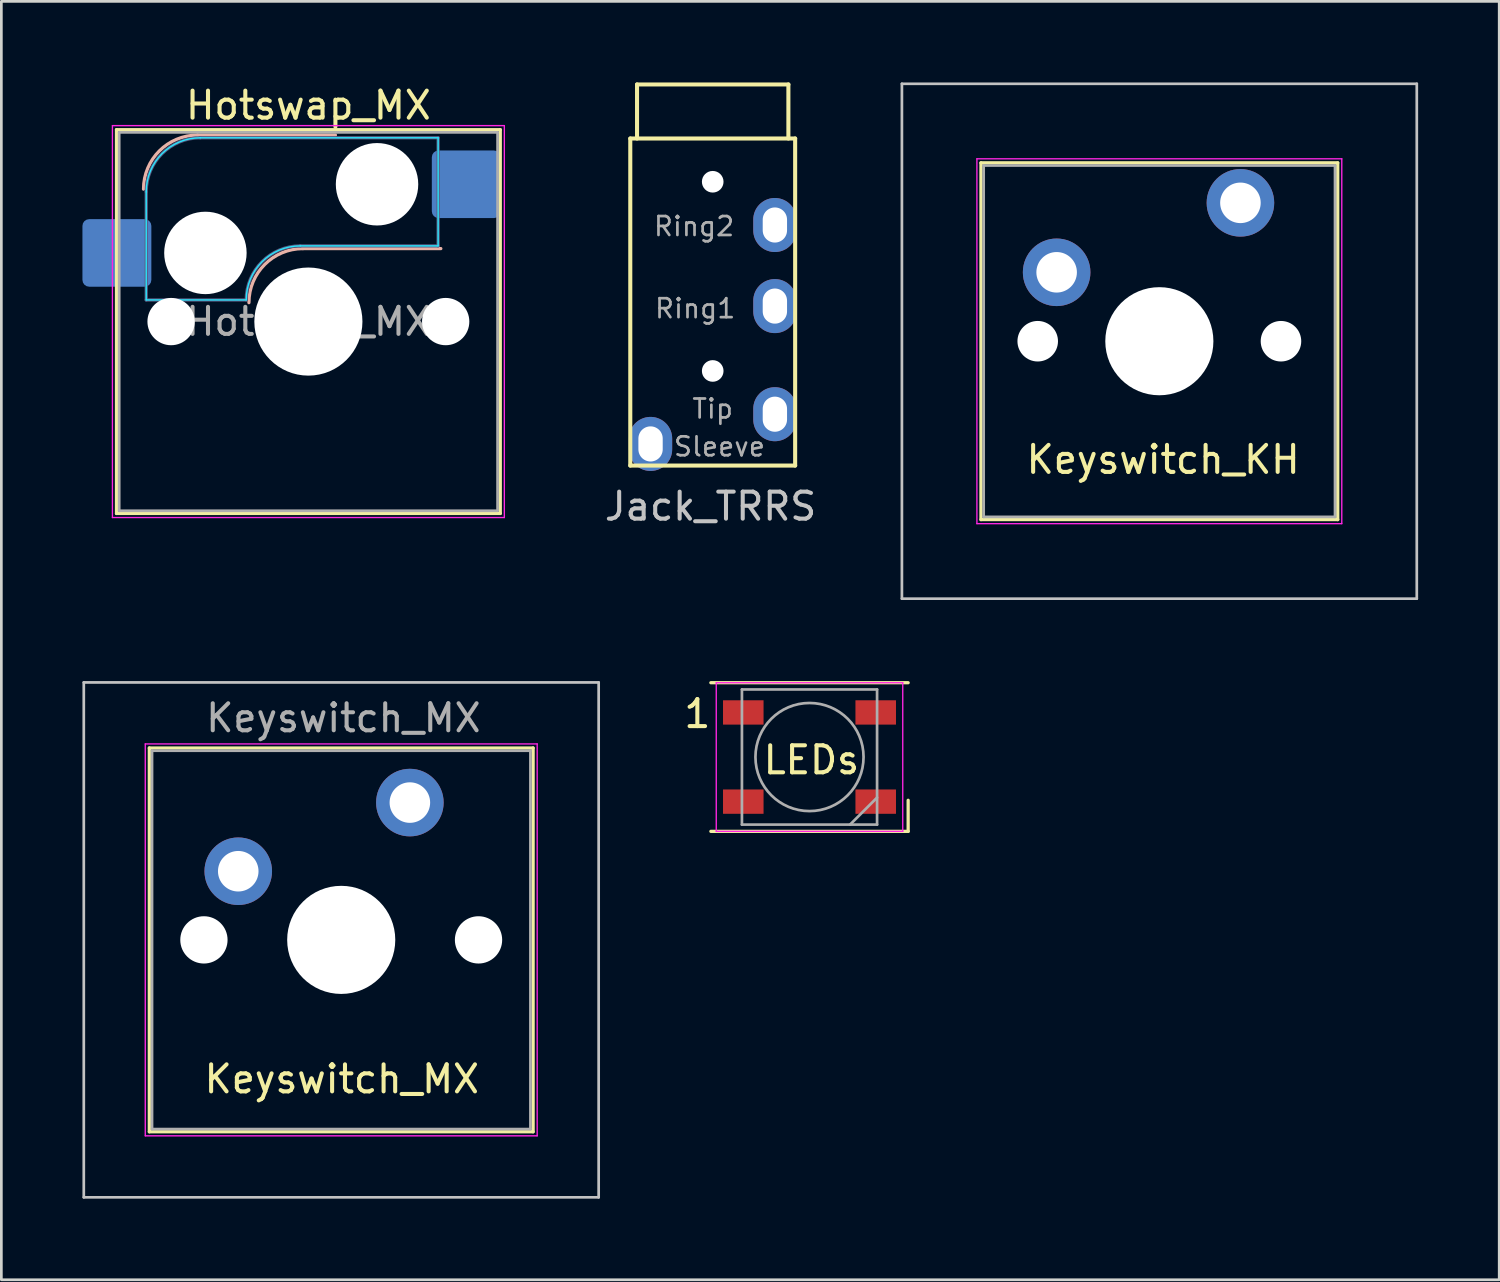
<source format=kicad_pcb>
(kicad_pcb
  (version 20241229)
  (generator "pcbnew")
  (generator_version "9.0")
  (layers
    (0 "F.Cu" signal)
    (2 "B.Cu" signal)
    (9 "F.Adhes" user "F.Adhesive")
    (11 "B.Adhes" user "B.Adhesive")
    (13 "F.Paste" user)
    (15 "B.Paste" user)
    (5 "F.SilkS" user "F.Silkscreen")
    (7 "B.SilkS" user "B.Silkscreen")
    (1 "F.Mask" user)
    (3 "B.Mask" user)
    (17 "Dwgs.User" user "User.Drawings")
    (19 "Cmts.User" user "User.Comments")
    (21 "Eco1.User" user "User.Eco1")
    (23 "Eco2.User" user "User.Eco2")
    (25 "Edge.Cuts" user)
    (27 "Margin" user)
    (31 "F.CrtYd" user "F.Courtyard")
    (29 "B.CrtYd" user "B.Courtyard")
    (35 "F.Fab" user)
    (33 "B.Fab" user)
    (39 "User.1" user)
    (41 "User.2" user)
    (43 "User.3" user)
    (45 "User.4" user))
  (footprint "Hotswap_MX"
    (layer "F.Cu")
    (at 8.36 8.848)
    (property "Reference" "Hotswap_MX" (at 0 -8 0) (layer "F.SilkS") (effects (font (size 1 1) (thickness 0.15))))
    (attr smd)
    (fp_line (start -7.1 -7.1) (end -7.1 7.1) (stroke (width 0.12) (type solid)) (layer "F.SilkS"))
    (fp_line (start -7.1 7.1) (end 7.1 7.1) (stroke (width 0.12) (type solid)) (layer "F.SilkS"))
    (fp_line (start 7.1 -7.1) (end -7.1 -7.1) (stroke (width 0.12) (type solid)) (layer "F.SilkS"))
    (fp_line (start 7.1 7.1) (end 7.1 -7.1) (stroke (width 0.12) (type solid)) (layer "F.SilkS"))
    (fp_line (start -4.1 -6.9) (end 1 -6.9) (stroke (width 0.12) (type solid)) (layer "B.SilkS"))
    (fp_line (start -0.2 -2.7) (end 4.9 -2.7) (stroke (width 0.12) (type solid)) (layer "B.SilkS"))
    (fp_arc (start -6.1 -4.9) (mid -5.514214 -6.314214) (end -4.1 -6.9) (stroke (width 0.12) (type solid)) (layer "B.SilkS"))
    (fp_arc (start -2.2 -0.7) (mid -1.614214 -2.114214) (end -0.2 -2.7) (stroke (width 0.12) (type solid)) (layer "B.SilkS"))
    (fp_line (start -7.8 -6) (end -7 -6) (stroke (width 0.1) (type solid)) (layer "Eco1.User"))
    (fp_line (start -7.8 -2.9) (end -7.8 -6) (stroke (width 0.1) (type solid)) (layer "Eco1.User"))
    (fp_line (start -7.8 2.9) (end -7 2.9) (stroke (width 0.1) (type solid)) (layer "Eco1.User"))
    (fp_line (start -7.8 6) (end -7.8 2.9) (stroke (width 0.1) (type solid)) (layer "Eco1.User"))
    (fp_line (start -7 -7) (end 7 -7) (stroke (width 0.1) (type solid)) (layer "Eco1.User"))
    (fp_line (start -7 -6) (end -7 -7) (stroke (width 0.1) (type solid)) (layer "Eco1.User"))
    (fp_line (start -7 -2.9) (end -7.8 -2.9) (stroke (width 0.1) (type solid)) (layer "Eco1.User"))
    (fp_line (start -7 2.9) (end -7 -2.9) (stroke (width 0.1) (type solid)) (layer "Eco1.User"))
    (fp_line (start -7 6) (end -7.8 6) (stroke (width 0.1) (type solid)) (layer "Eco1.User"))
    (fp_line (start -7 7) (end -7 6) (stroke (width 0.1) (type solid)) (layer "Eco1.User"))
    (fp_line (start 7 -7) (end 7 -6) (stroke (width 0.1) (type solid)) (layer "Eco1.User"))
    (fp_line (start 7 -6) (end 7.8 -6) (stroke (width 0.1) (type solid)) (layer "Eco1.User"))
    (fp_line (start 7 -2.9) (end 7 2.9) (stroke (width 0.1) (type solid)) (layer "Eco1.User"))
    (fp_line (start 7 2.9) (end 7.8 2.9) (stroke (width 0.1) (type solid)) (layer "Eco1.User"))
    (fp_line (start 7 6) (end 7 7) (stroke (width 0.1) (type solid)) (layer "Eco1.User"))
    (fp_line (start 7 7) (end -7 7) (stroke (width 0.1) (type solid)) (layer "Eco1.User"))
    (fp_line (start 7.8 -6) (end 7.8 -2.9) (stroke (width 0.1) (type solid)) (layer "Eco1.User"))
    (fp_line (start 7.8 -2.9) (end 7 -2.9) (stroke (width 0.1) (type solid)) (layer "Eco1.User"))
    (fp_line (start 7.8 2.9) (end 7.8 6) (stroke (width 0.1) (type solid)) (layer "Eco1.User"))
    (fp_line (start 7.8 6) (end 7 6) (stroke (width 0.1) (type solid)) (layer "Eco1.User"))
    (fp_line (start -6 -0.8) (end -6 -4.8) (stroke (width 0.05) (type solid)) (layer "B.CrtYd"))
    (fp_line (start -6 -0.8) (end -2.3 -0.8) (stroke (width 0.05) (type solid)) (layer "B.CrtYd"))
    (fp_line (start -4 -6.8) (end 4.8 -6.8) (stroke (width 0.05) (type solid)) (layer "B.CrtYd"))
    (fp_line (start -0.3 -2.8) (end 4.8 -2.8) (stroke (width 0.05) (type solid)) (layer "B.CrtYd"))
    (fp_line (start 4.8 -6.8) (end 4.8 -2.8) (stroke (width 0.05) (type solid)) (layer "B.CrtYd"))
    (fp_arc (start -6 -4.8) (mid -5.414214 -6.214214) (end -4 -6.8) (stroke (width 0.05) (type solid)) (layer "B.CrtYd"))
    (fp_arc (start -2.3 -0.8) (mid -1.714214 -2.214214) (end -0.3 -2.8) (stroke (width 0.05) (type solid)) (layer "B.CrtYd"))
    (fp_line (start -7.25 -7.25) (end -7.25 7.25) (stroke (width 0.05) (type solid)) (layer "F.CrtYd"))
    (fp_line (start -7.25 7.25) (end 7.25 7.25) (stroke (width 0.05) (type solid)) (layer "F.CrtYd"))
    (fp_line (start 7.25 -7.25) (end -7.25 -7.25) (stroke (width 0.05) (type solid)) (layer "F.CrtYd"))
    (fp_line (start 7.25 7.25) (end 7.25 -7.25) (stroke (width 0.05) (type solid)) (layer "F.CrtYd"))
    (fp_line (start -6 -0.8) (end -6 -4.8) (stroke (width 0.12) (type solid)) (layer "B.Fab"))
    (fp_line (start -6 -0.8) (end -2.3 -0.8) (stroke (width 0.12) (type solid)) (layer "B.Fab"))
    (fp_line (start -4 -6.8) (end 4.8 -6.8) (stroke (width 0.12) (type solid)) (layer "B.Fab"))
    (fp_line (start -0.3 -2.8) (end 4.8 -2.8) (stroke (width 0.12) (type solid)) (layer "B.Fab"))
    (fp_line (start 4.8 -6.8) (end 4.8 -2.8) (stroke (width 0.12) (type solid)) (layer "B.Fab"))
    (fp_arc (start -6 -4.8) (mid -5.414214 -6.214214) (end -4 -6.8) (stroke (width 0.12) (type solid)) (layer "B.Fab"))
    (fp_arc (start -2.3 -0.8) (mid -1.714214 -2.214214) (end -0.3 -2.8) (stroke (width 0.12) (type solid)) (layer "B.Fab"))
    (fp_line (start -7 -7) (end -7 7) (stroke (width 0.1) (type solid)) (layer "F.Fab"))
    (fp_line (start -7 7) (end 7 7) (stroke (width 0.1) (type solid)) (layer "F.Fab"))
    (fp_line (start 7 -7) (end -7 -7) (stroke (width 0.1) (type solid)) (layer "F.Fab"))
    (fp_line (start 7 7) (end 7 -7) (stroke (width 0.1) (type solid)) (layer "F.Fab"))
    (fp_text user "${REFERENCE}" (at 0 0 0) (layer "F.Fab") (effects (font (size 1 1) (thickness 0.15))))
    (pad "" np_thru_hole circle (at -5.08 0) (size 1.75 1.75) (drill 1.75) (layers "*.Cu" "*.Mask"))
    (pad "" np_thru_hole circle (at -3.81 -2.54) (size 3.05 3.05) (drill 3.05) (layers "*.Cu" "*.Mask"))
    (pad "" np_thru_hole circle (at 0 0) (size 4 4) (drill 4) (layers "*.Cu" "*.Mask"))
    (pad "" np_thru_hole circle (at 2.54 -5.08) (size 3.05 3.05) (drill 3.05) (layers "*.Cu" "*.Mask"))
    (pad "" np_thru_hole circle (at 5.08 0) (size 1.75 1.75) (drill 1.75) (layers "*.Cu" "*.Mask"))
    (pad "1" smd roundrect (at -7.085 -2.54) (size 2.55 2.5) (layers "B.Cu" "B.Mask" "B.Paste") (roundrect_rratio 0.1))
    (pad "2" smd roundrect (at 5.842 -5.08) (size 2.55 2.5) (layers "B.Cu" "B.Mask" "B.Paste") (roundrect_rratio 0.1)))
  (footprint "Keyswitch_MX"
    (layer "F.Cu")
    (at 9.575 31.725)
    (property "Reference" "Keyswitch_MX" (at 0.02 5.15 0) (layer "F.SilkS") (effects (font (size 1 1) (thickness 0.15))))
    (attr through_hole)
    (fp_line (start -7.1 -7.1) (end -7.1 7.1) (stroke (width 0.12) (type solid)) (layer "F.SilkS"))
    (fp_line (start -7.1 7.1) (end 7.1 7.1) (stroke (width 0.12) (type solid)) (layer "F.SilkS"))
    (fp_line (start 7.1 -7.1) (end -7.1 -7.1) (stroke (width 0.12) (type solid)) (layer "F.SilkS"))
    (fp_line (start 7.1 7.1) (end 7.1 -7.1) (stroke (width 0.12) (type solid)) (layer "F.SilkS"))
    (fp_line (start -9.525 -9.525) (end -9.525 9.525) (stroke (width 0.1) (type solid)) (layer "Dwgs.User"))
    (fp_line (start -9.525 9.525) (end 9.525 9.525) (stroke (width 0.1) (type solid)) (layer "Dwgs.User"))
    (fp_line (start 9.525 -9.525) (end -9.525 -9.525) (stroke (width 0.1) (type solid)) (layer "Dwgs.User"))
    (fp_line (start 9.525 9.525) (end 9.525 -9.525) (stroke (width 0.1) (type solid)) (layer "Dwgs.User"))
    (fp_line (start -7 -7) (end -7 7) (stroke (width 0.1) (type solid)) (layer "Eco1.User"))
    (fp_line (start -7 7) (end 7 7) (stroke (width 0.1) (type solid)) (layer "Eco1.User"))
    (fp_line (start 7 -7) (end -7 -7) (stroke (width 0.1) (type solid)) (layer "Eco1.User"))
    (fp_line (start 7 7) (end 7 -7) (stroke (width 0.1) (type solid)) (layer "Eco1.User"))
    (fp_line (start -7.25 -7.25) (end -7.25 7.25) (stroke (width 0.05) (type solid)) (layer "F.CrtYd"))
    (fp_line (start -7.25 7.25) (end 7.25 7.25) (stroke (width 0.05) (type solid)) (layer "F.CrtYd"))
    (fp_line (start 7.25 -7.25) (end -7.25 -7.25) (stroke (width 0.05) (type solid)) (layer "F.CrtYd"))
    (fp_line (start 7.25 7.25) (end 7.25 -7.25) (stroke (width 0.05) (type solid)) (layer "F.CrtYd"))
    (fp_line (start -7 -7) (end -7 7) (stroke (width 0.1) (type solid)) (layer "F.Fab"))
    (fp_line (start -7 7) (end 7 7) (stroke (width 0.1) (type solid)) (layer "F.Fab"))
    (fp_line (start 7 -7) (end -7 -7) (stroke (width 0.1) (type solid)) (layer "F.Fab"))
    (fp_line (start 7 7) (end 7 -7) (stroke (width 0.1) (type solid)) (layer "F.Fab"))
    (fp_text user "${REFERENCE}" (at 0.08 -8.21 0) (layer "F.Fab") (effects (font (size 1 1) (thickness 0.15))))
    (pad "" np_thru_hole circle (at -5.08 0) (size 1.75 1.75) (drill 1.75) (layers "*.Cu" "*.Mask"))
    (pad "" np_thru_hole circle (at 0 0) (size 4 4) (drill 4) (layers "*.Cu" "*.Mask"))
    (pad "" np_thru_hole circle (at 5.08 0) (size 1.75 1.75) (drill 1.75) (layers "*.Cu" "*.Mask"))
    (pad "1" thru_hole circle (at -3.81 -2.54) (size 2.5 2.5) (drill 1.5) (layers "*.Cu" "*.Mask"))
    (pad "2" thru_hole circle (at 2.54 -5.08) (size 2.5 2.5) (drill 1.5) (layers "*.Cu" "*.Mask")))
  (footprint "Jack_TRRS"
    (layer "F.Cu")
    (at 23.32 2.075)
    (property "Reference" "Jack_TRRS" (at -0.08 13.61 0) (layer "Dwgs.User") (effects (font (size 1 1) (thickness 0.15))))
    (attr through_hole)
    (fp_line (start -3.05 0) (end -3.05 12.1) (stroke (width 0.15) (type solid)) (layer "F.SilkS"))
    (fp_line (start -2.8 0) (end -2.8 -2) (stroke (width 0.15) (type solid)) (layer "F.SilkS"))
    (fp_line (start 2.8 -2) (end -2.8 -2) (stroke (width 0.15) (type solid)) (layer "F.SilkS"))
    (fp_line (start 2.8 0) (end 2.8 -2) (stroke (width 0.15) (type solid)) (layer "F.SilkS"))
    (fp_line (start 3.05 0) (end -3.05 0) (stroke (width 0.15) (type solid)) (layer "F.SilkS"))
    (fp_line (start 3.05 0) (end 3.05 12.1) (stroke (width 0.15) (type solid)) (layer "F.SilkS"))
    (fp_line (start 3.05 12.1) (end -3.05 12.1) (stroke (width 0.15) (type solid)) (layer "F.SilkS"))
    (fp_text user "Sleeve" (at 0.25 11.4 0) (layer "F.Fab") (effects (font (size 0.7 0.7) (thickness 0.1))))
    (fp_text user "Ring1" (at -0.65 6.29 0) (layer "F.Fab") (effects (font (size 0.7 0.7) (thickness 0.1))))
    (fp_text user "Ring2" (at -0.69 3.25 0) (layer "F.Fab") (effects (font (size 0.7 0.7) (thickness 0.1))))
    (fp_text user "Tip" (at 0 10 0) (layer "F.Fab") (effects (font (size 0.7 0.7) (thickness 0.1))))
    (pad "" np_thru_hole circle (at 0 1.6) (size 0.8 0.8) (drill 0.8) (layers "*.Cu" "*.Mask"))
    (pad "" np_thru_hole circle (at 0 8.6) (size 0.8 0.8) (drill 0.8) (layers "*.Cu" "*.Mask"))
    (pad "1" thru_hole oval (at -2.3 11.3) (size 1.6 2) (drill oval 0.9 1.3) (layers "*.Cu" "*.Mask"))
    (pad "2" thru_hole oval (at 2.3 10.2) (size 1.6 2) (drill oval 0.9 1.3) (layers "*.Cu" "*.Mask"))
    (pad "3" thru_hole oval (at 2.3 6.2) (size 1.6 2) (drill oval 0.9 1.3) (layers "*.Cu" "*.Mask"))
    (pad "4" thru_hole oval (at 2.3 3.2) (size 1.6 2) (drill oval 0.9 1.3) (layers "*.Cu" "*.Mask")))
  (footprint "LEDs"
    (layer "F.Cu")
    (at 26.901 24.96)
    (property "Reference" "LEDs" (at 0.07 0.11 0) (layer "F.SilkS") (effects (font (size 1 1) (thickness 0.15))))
    (attr smd)
    (fp_line (start -3.65 -2.75) (end 3.65 -2.75) (stroke (width 0.12) (type solid)) (layer "F.SilkS"))
    (fp_line (start -3.65 2.75) (end 3.65 2.75) (stroke (width 0.12) (type solid)) (layer "F.SilkS"))
    (fp_line (start 3.65 2.75) (end 3.65 1.6) (stroke (width 0.12) (type solid)) (layer "F.SilkS"))
    (fp_line (start -3.45 -2.75) (end -3.45 2.75) (stroke (width 0.05) (type solid)) (layer "F.CrtYd"))
    (fp_line (start -3.45 2.75) (end 3.45 2.75) (stroke (width 0.05) (type solid)) (layer "F.CrtYd"))
    (fp_line (start 3.45 -2.75) (end -3.45 -2.75) (stroke (width 0.05) (type solid)) (layer "F.CrtYd"))
    (fp_line (start 3.45 2.75) (end 3.45 -2.75) (stroke (width 0.05) (type solid)) (layer "F.CrtYd"))
    (fp_line (start -2.5 -2.5) (end -2.5 2.5) (stroke (width 0.1) (type solid)) (layer "F.Fab"))
    (fp_line (start -2.5 2.5) (end 2.5 2.5) (stroke (width 0.1) (type solid)) (layer "F.Fab"))
    (fp_line (start 2.5 -2.5) (end -2.5 -2.5) (stroke (width 0.1) (type solid)) (layer "F.Fab"))
    (fp_line (start 2.5 1.5) (end 1.5 2.5) (stroke (width 0.1) (type solid)) (layer "F.Fab"))
    (fp_line (start 2.5 2.5) (end 2.5 -2.5) (stroke (width 0.1) (type solid)) (layer "F.Fab"))
    (fp_circle (center 0 0) (end 0 -2) (stroke (width 0.1) (type solid)) (fill no) (layer "F.Fab"))
    (fp_text user "1" (at -4.15 -1.6 0) (layer "F.SilkS") (effects (font (size 1 1) (thickness 0.15))))
    (pad "1" smd rect (at -2.45 -1.65) (size 1.5 0.9) (layers "F.Cu" "F.Mask" "F.Paste"))
    (pad "2" smd rect (at -2.45 1.65) (size 1.5 0.9) (layers "F.Cu" "F.Mask" "F.Paste"))
    (pad "3" smd rect (at 2.45 1.65) (size 1.5 0.9) (layers "F.Cu" "F.Mask" "F.Paste"))
    (pad "4" smd rect (at 2.45 -1.65) (size 1.5 0.9) (layers "F.Cu" "F.Mask" "F.Paste")))
  (footprint "Keyswitch_KH"
    (layer "F.Cu")
    (at 39.845 9.575)
    (property "Reference" "Keyswitch_KH" (at 0.14 4.38 0) (layer "F.SilkS") (effects (font (size 1 1) (thickness 0.15))))
    (attr through_hole)
    (fp_line (start -6.6 -6.6) (end -6.6 6.6) (stroke (width 0.12) (type solid)) (layer "F.SilkS"))
    (fp_line (start -6.6 6.6) (end 6.6 6.6) (stroke (width 0.12) (type solid)) (layer "F.SilkS"))
    (fp_line (start 6.6 -6.6) (end -6.6 -6.6) (stroke (width 0.12) (type solid)) (layer "F.SilkS"))
    (fp_line (start 6.6 6.6) (end 6.6 -6.6) (stroke (width 0.12) (type solid)) (layer "F.SilkS"))
    (fp_line (start -9.525 -9.525) (end -9.525 9.525) (stroke (width 0.1) (type solid)) (layer "Dwgs.User"))
    (fp_line (start -9.525 9.525) (end 9.525 9.525) (stroke (width 0.1) (type solid)) (layer "Dwgs.User"))
    (fp_line (start 9.525 -9.525) (end -9.525 -9.525) (stroke (width 0.1) (type solid)) (layer "Dwgs.User"))
    (fp_line (start 9.525 9.525) (end 9.525 -9.525) (stroke (width 0.1) (type solid)) (layer "Dwgs.User"))
    (fp_line (start -6.1 -6.1) (end -6.1 6.1) (stroke (width 0.1) (type solid)) (layer "Eco1.User"))
    (fp_line (start -6.1 6.1) (end 6.1 6.1) (stroke (width 0.1) (type solid)) (layer "Eco1.User"))
    (fp_line (start 6.1 -6.1) (end -6.1 -6.1) (stroke (width 0.1) (type solid)) (layer "Eco1.User"))
    (fp_line (start 6.1 6.1) (end 6.1 -6.1) (stroke (width 0.1) (type solid)) (layer "Eco1.User"))
    (fp_line (start -6.75 -6.75) (end -6.75 6.75) (stroke (width 0.05) (type solid)) (layer "F.CrtYd"))
    (fp_line (start -6.75 6.75) (end 6.75 6.75) (stroke (width 0.05) (type solid)) (layer "F.CrtYd"))
    (fp_line (start 6.75 -6.75) (end -6.75 -6.75) (stroke (width 0.05) (type solid)) (layer "F.CrtYd"))
    (fp_line (start 6.75 6.75) (end 6.75 -6.75) (stroke (width 0.05) (type solid)) (layer "F.CrtYd"))
    (fp_line (start -6.5 -6.5) (end -6.5 6.5) (stroke (width 0.1) (type solid)) (layer "F.Fab"))
    (fp_line (start -6.5 6.5) (end 6.5 6.5) (stroke (width 0.1) (type solid)) (layer "F.Fab"))
    (fp_line (start 6.5 -6.5) (end -6.5 -6.5) (stroke (width 0.1) (type solid)) (layer "F.Fab"))
    (fp_line (start 6.5 6.5) (end 6.5 -6.5) (stroke (width 0.1) (type solid)) (layer "F.Fab"))
    (pad "" np_thru_hole circle (at -4.5 0) (size 1.5 1.5) (drill 1.5) (layers "*.Cu" "*.Mask"))
    (pad "" np_thru_hole circle (at 0 0) (size 4 4) (drill 4) (layers "*.Cu" "*.Mask"))
    (pad "" np_thru_hole circle (at 4.5 0) (size 1.5 1.5) (drill 1.5) (layers "*.Cu" "*.Mask"))
    (pad "1" thru_hole circle (at -3.8 -2.55) (size 2.5 2.5) (drill 1.5) (layers "*.Cu" "*.Mask"))
    (pad "2" thru_hole circle (at 3 -5.12) (size 2.5 2.5) (drill 1.5) (layers "*.Cu" "*.Mask")))
  (gr_rect
    (start -3 -3)
    (end 52.42 44.3)
    (stroke (width 0.1) (type default))
    (fill no)
    (layer "Edge.Cuts")))
</source>
